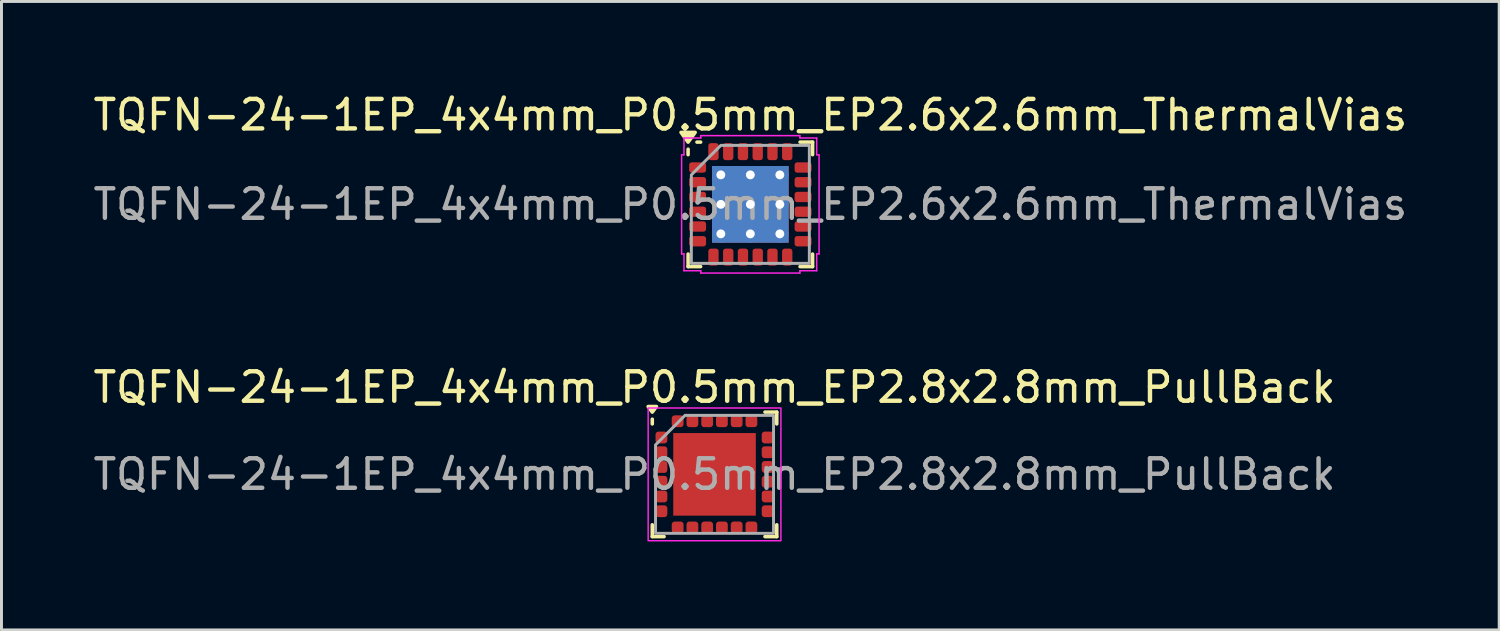
<source format=kicad_pcb>
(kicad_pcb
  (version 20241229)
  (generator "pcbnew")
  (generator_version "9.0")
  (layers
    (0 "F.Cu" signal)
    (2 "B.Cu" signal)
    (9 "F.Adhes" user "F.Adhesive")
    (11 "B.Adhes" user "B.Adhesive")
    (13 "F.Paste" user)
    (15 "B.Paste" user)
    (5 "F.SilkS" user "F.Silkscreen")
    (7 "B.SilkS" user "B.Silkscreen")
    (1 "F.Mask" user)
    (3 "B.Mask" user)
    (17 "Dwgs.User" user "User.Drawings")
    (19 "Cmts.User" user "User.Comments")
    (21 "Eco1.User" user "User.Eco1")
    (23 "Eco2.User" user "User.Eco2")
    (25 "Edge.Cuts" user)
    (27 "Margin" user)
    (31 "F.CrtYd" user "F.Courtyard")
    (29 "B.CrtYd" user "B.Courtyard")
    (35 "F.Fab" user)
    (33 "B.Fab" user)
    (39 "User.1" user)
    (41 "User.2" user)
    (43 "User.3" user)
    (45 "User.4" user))
  (footprint "TQFN-24-1EP_4x4mm_P0.5mm_EP2.8x2.8mm_PullBack"
    (layer "F.Cu")
    (at 21.173 13.031)
    (property "Reference" "TQFN-24-1EP_4x4mm_P0.5mm_EP2.8x2.8mm_PullBack" (at 0 -2.95 0) (layer "F.SilkS") (effects (font (size 1 1) (thickness 0.15))))
    (attr smd)
    (fp_line (start -2.11 -1.71) (end -2.11 -1.87) (stroke (width 0.12) (type solid)) (layer "F.SilkS"))
    (fp_line (start -2.11 2.11) (end -2.11 1.71) (stroke (width 0.12) (type solid)) (layer "F.SilkS"))
    (fp_line (start -1.71 2.11) (end -2.11 2.11) (stroke (width 0.12) (type solid)) (layer "F.SilkS"))
    (fp_line (start 1.71 -2.11) (end 2.11 -2.11) (stroke (width 0.12) (type solid)) (layer "F.SilkS"))
    (fp_line (start 1.71 2.11) (end 2.11 2.11) (stroke (width 0.12) (type solid)) (layer "F.SilkS"))
    (fp_line (start 2.11 -2.11) (end 2.11 -1.71) (stroke (width 0.12) (type solid)) (layer "F.SilkS"))
    (fp_line (start 2.11 2.11) (end 2.11 1.71) (stroke (width 0.12) (type solid)) (layer "F.SilkS"))
    (fp_poly (pts (xy -2.11 -2.11) (xy -2.25 -2.3) (xy -1.97 -2.3)) (stroke (width 0.12) (type solid)) (fill yes) (layer "F.SilkS"))
    (fp_rect (start 2.25 2.25) (end -2.25 -2.25) (stroke (width 0.05) (type solid)) (fill no) (layer "F.CrtYd"))
    (fp_poly (pts (xy -2 -1) (xy -2 2) (xy 2 2) (xy 2 -2) (xy -1 -2)) (stroke (width 0.1) (type solid)) (fill no) (layer "F.Fab"))
    (fp_text user "${REFERENCE}" (at 0 0 0) (layer "F.Fab") (effects (font (size 1 1) (thickness 0.15))))
    (pad "" smd roundrect (at -0.7 -0.7) (size 1.13 1.13) (layers "F.Paste") (roundrect_rratio 0.221))
    (pad "" smd roundrect (at -0.7 0.7) (size 1.13 1.13) (layers "F.Paste") (roundrect_rratio 0.221))
    (pad "" smd roundrect (at 0.7 -0.7) (size 1.13 1.13) (layers "F.Paste") (roundrect_rratio 0.221))
    (pad "" smd roundrect (at 0.7 0.7) (size 1.13 1.13) (layers "F.Paste") (roundrect_rratio 0.221))
    (pad "1" smd roundrect (at -1.8 -1.25) (size 0.4 0.4) (layers "F.Cu" "F.Mask" "F.Paste") (roundrect_rratio 0.25))
    (pad "2" smd roundrect (at -1.8 -0.75) (size 0.4 0.4) (layers "F.Cu" "F.Mask" "F.Paste") (roundrect_rratio 0.25))
    (pad "3" smd roundrect (at -1.8 -0.25) (size 0.4 0.4) (layers "F.Cu" "F.Mask" "F.Paste") (roundrect_rratio 0.25))
    (pad "4" smd roundrect (at -1.8 0.25) (size 0.4 0.4) (layers "F.Cu" "F.Mask" "F.Paste") (roundrect_rratio 0.25))
    (pad "5" smd roundrect (at -1.8 0.75) (size 0.4 0.4) (layers "F.Cu" "F.Mask" "F.Paste") (roundrect_rratio 0.25))
    (pad "6" smd roundrect (at -1.8 1.25) (size 0.4 0.4) (layers "F.Cu" "F.Mask" "F.Paste") (roundrect_rratio 0.25))
    (pad "7" smd roundrect (at -1.25 1.8) (size 0.4 0.4) (layers "F.Cu" "F.Mask" "F.Paste") (roundrect_rratio 0.25))
    (pad "8" smd roundrect (at -0.75 1.8) (size 0.4 0.4) (layers "F.Cu" "F.Mask" "F.Paste") (roundrect_rratio 0.25))
    (pad "9" smd roundrect (at -0.25 1.8) (size 0.4 0.4) (layers "F.Cu" "F.Mask" "F.Paste") (roundrect_rratio 0.25))
    (pad "10" smd roundrect (at 0.25 1.8) (size 0.4 0.4) (layers "F.Cu" "F.Mask" "F.Paste") (roundrect_rratio 0.25))
    (pad "11" smd roundrect (at 0.75 1.8) (size 0.4 0.4) (layers "F.Cu" "F.Mask" "F.Paste") (roundrect_rratio 0.25))
    (pad "12" smd roundrect (at 1.25 1.8) (size 0.4 0.4) (layers "F.Cu" "F.Mask" "F.Paste") (roundrect_rratio 0.25))
    (pad "13" smd roundrect (at 1.8 1.25) (size 0.4 0.4) (layers "F.Cu" "F.Mask" "F.Paste") (roundrect_rratio 0.25))
    (pad "14" smd roundrect (at 1.8 0.75) (size 0.4 0.4) (layers "F.Cu" "F.Mask" "F.Paste") (roundrect_rratio 0.25))
    (pad "15" smd roundrect (at 1.8 0.25) (size 0.4 0.4) (layers "F.Cu" "F.Mask" "F.Paste") (roundrect_rratio 0.25))
    (pad "16" smd roundrect (at 1.8 -0.25) (size 0.4 0.4) (layers "F.Cu" "F.Mask" "F.Paste") (roundrect_rratio 0.25))
    (pad "17" smd roundrect (at 1.8 -0.75) (size 0.4 0.4) (layers "F.Cu" "F.Mask" "F.Paste") (roundrect_rratio 0.25))
    (pad "18" smd roundrect (at 1.8 -1.25) (size 0.4 0.4) (layers "F.Cu" "F.Mask" "F.Paste") (roundrect_rratio 0.25))
    (pad "19" smd roundrect (at 1.25 -1.8) (size 0.4 0.4) (layers "F.Cu" "F.Mask" "F.Paste") (roundrect_rratio 0.25))
    (pad "20" smd roundrect (at 0.75 -1.8) (size 0.4 0.4) (layers "F.Cu" "F.Mask" "F.Paste") (roundrect_rratio 0.25))
    (pad "21" smd roundrect (at 0.25 -1.8) (size 0.4 0.4) (layers "F.Cu" "F.Mask" "F.Paste") (roundrect_rratio 0.25))
    (pad "22" smd roundrect (at -0.25 -1.8) (size 0.4 0.4) (layers "F.Cu" "F.Mask" "F.Paste") (roundrect_rratio 0.25))
    (pad "23" smd roundrect (at -0.75 -1.8) (size 0.4 0.4) (layers "F.Cu" "F.Mask" "F.Paste") (roundrect_rratio 0.25))
    (pad "24" smd roundrect (at -1.25 -1.8) (size 0.4 0.4) (layers "F.Cu" "F.Mask" "F.Paste") (roundrect_rratio 0.25))
    (pad "25" smd rect (at 0 0) (size 2.8 2.8) (property pad_prop_heatsink) (layers "F.Cu" "F.Mask")))
  (footprint "TQFN-24-1EP_4x4mm_P0.5mm_EP2.6x2.6mm_ThermalVias"
    (layer "F.Cu")
    (at 22.387 3.878)
    (property "Reference" "TQFN-24-1EP_4x4mm_P0.5mm_EP2.6x2.6mm_ThermalVias" (at 0 -3.03 0) (layer "F.SilkS") (effects (font (size 1 1) (thickness 0.15))))
    (attr smd)
    (fp_line (start -2.11 -1.685) (end -2.11 -1.87) (stroke (width 0.12) (type solid)) (layer "F.SilkS"))
    (fp_line (start -2.11 2.11) (end -2.11 1.685) (stroke (width 0.12) (type solid)) (layer "F.SilkS"))
    (fp_line (start -1.685 -2.11) (end -1.81 -2.11) (stroke (width 0.12) (type solid)) (layer "F.SilkS"))
    (fp_line (start -1.685 2.11) (end -2.11 2.11) (stroke (width 0.12) (type solid)) (layer "F.SilkS"))
    (fp_line (start 1.685 -2.11) (end 2.11 -2.11) (stroke (width 0.12) (type solid)) (layer "F.SilkS"))
    (fp_line (start 1.685 2.11) (end 2.11 2.11) (stroke (width 0.12) (type solid)) (layer "F.SilkS"))
    (fp_line (start 2.11 -2.11) (end 2.11 -1.685) (stroke (width 0.12) (type solid)) (layer "F.SilkS"))
    (fp_line (start 2.11 2.11) (end 2.11 1.685) (stroke (width 0.12) (type solid)) (layer "F.SilkS"))
    (fp_poly (pts (xy -2.11 -2.11) (xy -2.35 -2.44) (xy -1.87 -2.44)) (stroke (width 0.12) (type solid)) (fill yes) (layer "F.SilkS"))
    (fp_line (start -2.33 -1.68) (end -2.25 -1.68) (stroke (width 0.05) (type solid)) (layer "F.CrtYd"))
    (fp_line (start -2.33 1.68) (end -2.33 -1.68) (stroke (width 0.05) (type solid)) (layer "F.CrtYd"))
    (fp_line (start -2.25 -2.25) (end -1.68 -2.25) (stroke (width 0.05) (type solid)) (layer "F.CrtYd"))
    (fp_line (start -2.25 -1.68) (end -2.25 -2.25) (stroke (width 0.05) (type solid)) (layer "F.CrtYd"))
    (fp_line (start -2.25 1.68) (end -2.33 1.68) (stroke (width 0.05) (type solid)) (layer "F.CrtYd"))
    (fp_line (start -2.25 2.25) (end -2.25 1.68) (stroke (width 0.05) (type solid)) (layer "F.CrtYd"))
    (fp_line (start -1.68 -2.33) (end 1.68 -2.33) (stroke (width 0.05) (type solid)) (layer "F.CrtYd"))
    (fp_line (start -1.68 -2.25) (end -1.68 -2.33) (stroke (width 0.05) (type solid)) (layer "F.CrtYd"))
    (fp_line (start -1.68 2.25) (end -2.25 2.25) (stroke (width 0.05) (type solid)) (layer "F.CrtYd"))
    (fp_line (start -1.68 2.33) (end -1.68 2.25) (stroke (width 0.05) (type solid)) (layer "F.CrtYd"))
    (fp_line (start 1.68 -2.33) (end 1.68 -2.25) (stroke (width 0.05) (type solid)) (layer "F.CrtYd"))
    (fp_line (start 1.68 -2.25) (end 2.25 -2.25) (stroke (width 0.05) (type solid)) (layer "F.CrtYd"))
    (fp_line (start 1.68 2.25) (end 1.68 2.33) (stroke (width 0.05) (type solid)) (layer "F.CrtYd"))
    (fp_line (start 1.68 2.33) (end -1.68 2.33) (stroke (width 0.05) (type solid)) (layer "F.CrtYd"))
    (fp_line (start 2.25 -2.25) (end 2.25 -1.68) (stroke (width 0.05) (type solid)) (layer "F.CrtYd"))
    (fp_line (start 2.25 -1.68) (end 2.33 -1.68) (stroke (width 0.05) (type solid)) (layer "F.CrtYd"))
    (fp_line (start 2.25 1.68) (end 2.25 2.25) (stroke (width 0.05) (type solid)) (layer "F.CrtYd"))
    (fp_line (start 2.25 2.25) (end 1.68 2.25) (stroke (width 0.05) (type solid)) (layer "F.CrtYd"))
    (fp_line (start 2.33 -1.68) (end 2.33 1.68) (stroke (width 0.05) (type solid)) (layer "F.CrtYd"))
    (fp_line (start 2.33 1.68) (end 2.25 1.68) (stroke (width 0.05) (type solid)) (layer "F.CrtYd"))
    (fp_poly (pts (xy -2 -1) (xy -2 2) (xy 2 2) (xy 2 -2) (xy -1 -2)) (stroke (width 0.1) (type solid)) (fill no) (layer "F.Fab"))
    (fp_text user "${REFERENCE}" (at 0 0 0) (layer "F.Fab") (effects (font (size 1 1) (thickness 0.15))))
    (pad "" smd roundrect (at -0.65 -0.65) (size 1.05 1.05) (layers "F.Paste") (roundrect_rratio 0.238))
    (pad "" smd roundrect (at -0.65 0.65) (size 1.05 1.05) (layers "F.Paste") (roundrect_rratio 0.238))
    (pad "" smd roundrect (at 0.65 -0.65) (size 1.05 1.05) (layers "F.Paste") (roundrect_rratio 0.238))
    (pad "" smd roundrect (at 0.65 0.65) (size 1.05 1.05) (layers "F.Paste") (roundrect_rratio 0.238))
    (pad "1" smd roundrect (at -1.788 -1.25) (size 0.575 0.35) (layers "F.Cu" "F.Mask" "F.Paste") (roundrect_rratio 0.25))
    (pad "2" smd roundrect (at -1.788 -0.75) (size 0.575 0.35) (layers "F.Cu" "F.Mask" "F.Paste") (roundrect_rratio 0.25))
    (pad "3" smd roundrect (at -1.788 -0.25) (size 0.575 0.35) (layers "F.Cu" "F.Mask" "F.Paste") (roundrect_rratio 0.25))
    (pad "4" smd roundrect (at -1.788 0.25) (size 0.575 0.35) (layers "F.Cu" "F.Mask" "F.Paste") (roundrect_rratio 0.25))
    (pad "5" smd roundrect (at -1.788 0.75) (size 0.575 0.35) (layers "F.Cu" "F.Mask" "F.Paste") (roundrect_rratio 0.25))
    (pad "6" smd roundrect (at -1.788 1.25) (size 0.575 0.35) (layers "F.Cu" "F.Mask" "F.Paste") (roundrect_rratio 0.25))
    (pad "7" smd roundrect (at -1.25 1.788) (size 0.35 0.575) (layers "F.Cu" "F.Mask" "F.Paste") (roundrect_rratio 0.25))
    (pad "8" smd roundrect (at -0.75 1.788) (size 0.35 0.575) (layers "F.Cu" "F.Mask" "F.Paste") (roundrect_rratio 0.25))
    (pad "9" smd roundrect (at -0.25 1.788) (size 0.35 0.575) (layers "F.Cu" "F.Mask" "F.Paste") (roundrect_rratio 0.25))
    (pad "10" smd roundrect (at 0.25 1.788) (size 0.35 0.575) (layers "F.Cu" "F.Mask" "F.Paste") (roundrect_rratio 0.25))
    (pad "11" smd roundrect (at 0.75 1.788) (size 0.35 0.575) (layers "F.Cu" "F.Mask" "F.Paste") (roundrect_rratio 0.25))
    (pad "12" smd roundrect (at 1.25 1.788) (size 0.35 0.575) (layers "F.Cu" "F.Mask" "F.Paste") (roundrect_rratio 0.25))
    (pad "13" smd roundrect (at 1.788 1.25) (size 0.575 0.35) (layers "F.Cu" "F.Mask" "F.Paste") (roundrect_rratio 0.25))
    (pad "14" smd roundrect (at 1.788 0.75) (size 0.575 0.35) (layers "F.Cu" "F.Mask" "F.Paste") (roundrect_rratio 0.25))
    (pad "15" smd roundrect (at 1.788 0.25) (size 0.575 0.35) (layers "F.Cu" "F.Mask" "F.Paste") (roundrect_rratio 0.25))
    (pad "16" smd roundrect (at 1.788 -0.25) (size 0.575 0.35) (layers "F.Cu" "F.Mask" "F.Paste") (roundrect_rratio 0.25))
    (pad "17" smd roundrect (at 1.788 -0.75) (size 0.575 0.35) (layers "F.Cu" "F.Mask" "F.Paste") (roundrect_rratio 0.25))
    (pad "18" smd roundrect (at 1.788 -1.25) (size 0.575 0.35) (layers "F.Cu" "F.Mask" "F.Paste") (roundrect_rratio 0.25))
    (pad "19" smd roundrect (at 1.25 -1.788) (size 0.35 0.575) (layers "F.Cu" "F.Mask" "F.Paste") (roundrect_rratio 0.25))
    (pad "20" smd roundrect (at 0.75 -1.788) (size 0.35 0.575) (layers "F.Cu" "F.Mask" "F.Paste") (roundrect_rratio 0.25))
    (pad "21" smd roundrect (at 0.25 -1.788) (size 0.35 0.575) (layers "F.Cu" "F.Mask" "F.Paste") (roundrect_rratio 0.25))
    (pad "22" smd roundrect (at -0.25 -1.788) (size 0.35 0.575) (layers "F.Cu" "F.Mask" "F.Paste") (roundrect_rratio 0.25))
    (pad "23" smd roundrect (at -0.75 -1.788) (size 0.35 0.575) (layers "F.Cu" "F.Mask" "F.Paste") (roundrect_rratio 0.25))
    (pad "24" smd roundrect (at -1.25 -1.788) (size 0.35 0.575) (layers "F.Cu" "F.Mask" "F.Paste") (roundrect_rratio 0.25))
    (pad "25" thru_hole circle (at -1 -1) (size 0.6 0.6) (drill 0.3) (property pad_prop_heatsink) (layers "*.Cu"))
    (pad "25" thru_hole circle (at -1 0) (size 0.6 0.6) (drill 0.3) (property pad_prop_heatsink) (layers "*.Cu"))
    (pad "25" thru_hole circle (at -1 1) (size 0.6 0.6) (drill 0.3) (property pad_prop_heatsink) (layers "*.Cu"))
    (pad "25" thru_hole circle (at 0 -1) (size 0.6 0.6) (drill 0.3) (property pad_prop_heatsink) (layers "*.Cu"))
    (pad "25" thru_hole circle (at 0 0) (size 0.6 0.6) (drill 0.3) (property pad_prop_heatsink) (layers "*.Cu"))
    (pad "25" smd rect (at 0 0) (size 2.6 2.6) (property pad_prop_heatsink) (layers "F.Cu" "F.Mask"))
    (pad "25" smd rect (at 0 0) (size 2.6 2.6) (property pad_prop_heatsink) (layers "B.Cu"))
    (pad "25" thru_hole circle (at 0 1) (size 0.6 0.6) (drill 0.3) (property pad_prop_heatsink) (layers "*.Cu"))
    (pad "25" thru_hole circle (at 1 -1) (size 0.6 0.6) (drill 0.3) (property pad_prop_heatsink) (layers "*.Cu"))
    (pad "25" thru_hole circle (at 1 0) (size 0.6 0.6) (drill 0.3) (property pad_prop_heatsink) (layers "*.Cu"))
    (pad "25" thru_hole circle (at 1 1) (size 0.6 0.6) (drill 0.3) (property pad_prop_heatsink) (layers "*.Cu")))
  (gr_rect
    (start -3 -3)
    (end 47.774 18.306)
    (stroke (width 0.1) (type default))
    (fill no)
    (layer "Edge.Cuts")))
</source>
